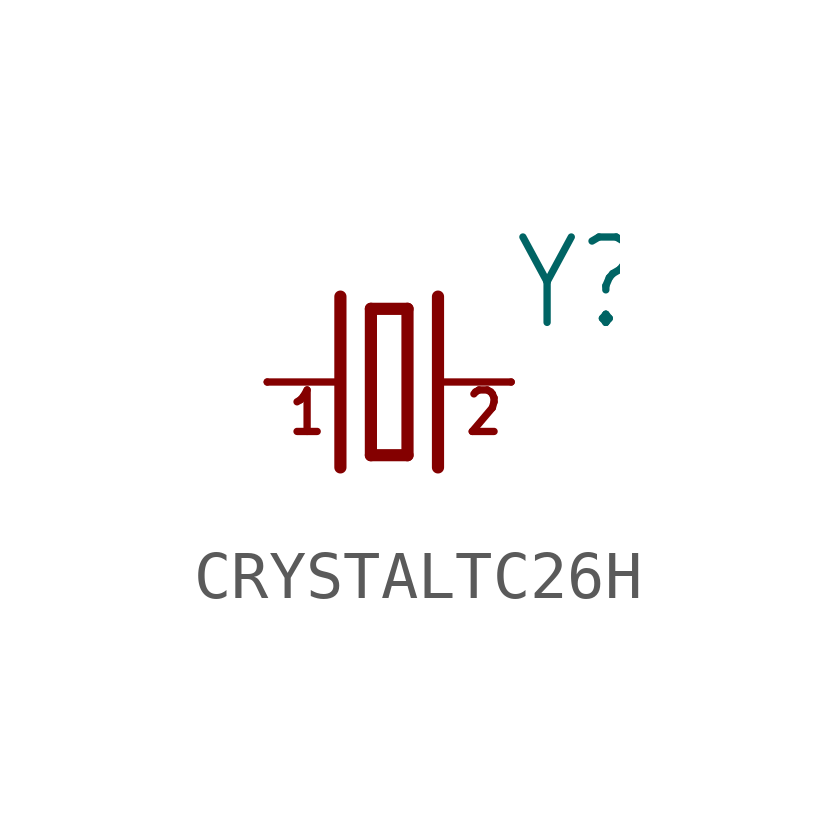
<source format=kicad_sym>
(kicad_symbol_lib
  (version 20241209)
  (generator "kicad_symbol_editor")
  (generator_version "9.0")
  (symbol "CRYSTALTC26H"
    (property "Reference" "Y"
      (at 2.54 1.016 0)
      (effects (font (size 1.778 1.511)) (justify left bottom)))
    (property "Value" ""
      (at 2.54 -2.54 0)
      (effects (font (size 1.778 1.511)) (justify left bottom)))
    (property "ki_locked" ""
      (at 0 0 0)
      (effects (font (size 1.27 1.27))))
    (symbol "CRYSTALTC26H_1_0"
      (polyline (pts (xy -2.54 0) (xy -1.016 0)) (stroke (width 0.152) (type solid)) (fill (type none)))
      (polyline (pts (xy -1.016 1.778) (xy -1.016 -1.778)) (stroke (width 0.254) (type solid)) (fill (type none)))
      (polyline (pts (xy -0.381 1.524) (xy -0.381 -1.524)) (stroke (width 0.254) (type solid)) (fill (type none)))
      (polyline (pts (xy -0.381 -1.524) (xy 0.381 -1.524)) (stroke (width 0.254) (type solid)) (fill (type none)))
      (polyline (pts (xy 0.381 1.524) (xy -0.381 1.524)) (stroke (width 0.254) (type solid)) (fill (type none)))
      (polyline (pts (xy 0.381 -1.524) (xy 0.381 1.524)) (stroke (width 0.254) (type solid)) (fill (type none)))
      (polyline (pts (xy 1.016 1.778) (xy 1.016 -1.778)) (stroke (width 0.254) (type solid)) (fill (type none)))
      (polyline (pts (xy 1.016 0) (xy 2.54 0)) (stroke (width 0.152) (type solid)) (fill (type none)))
      (text "1" (at -2.159 -1.143 0) (effects (font (size 0.864 0.734)) (justify left bottom)))
      (text "2" (at 1.524 -1.143 0) (effects (font (size 0.864 0.734)) (justify left bottom)))
      (pin passive line (at -2.54 0 0) (length 0) (name "1" (effects (font (size 0 0)))) (number "1" (effects (font (size 0 0)))))
      (pin passive line (at 2.54 0 180) (length 0) (name "2" (effects (font (size 0 0)))) (number "2" (effects (font (size 0 0))))))))
</source>
